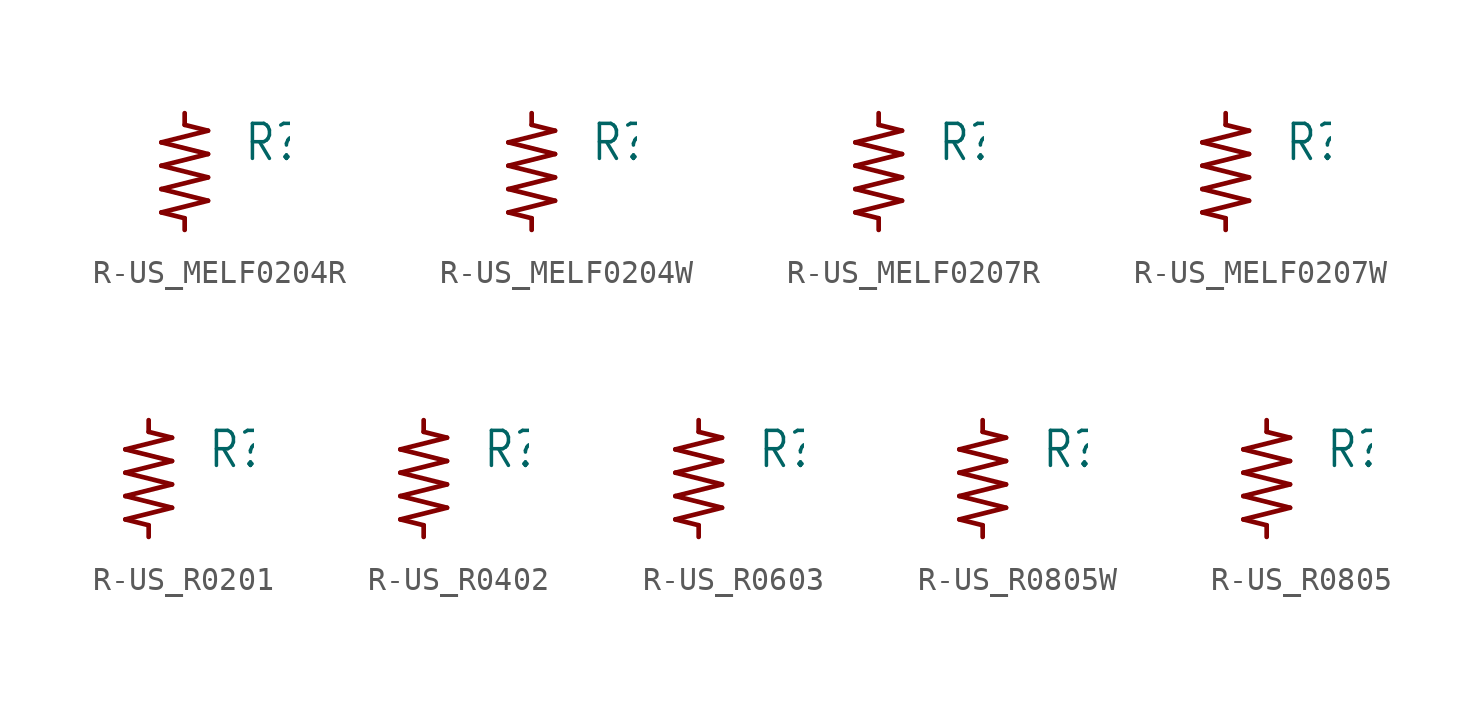
<source format=kicad_sym>
(kicad_symbol_lib
  (version 20220914)
  (generator kicad_symbol_editor)
  (symbol "R-US_MELF0204R"
    (property "Reference" "R"
      (at 2.54 1.27 0)
      (effects (font (size 1.524 1.295)) (justify left)))
    (property "Value" ""
      (at 2.54 -1.27 0)
      (effects (font (size 1.524 1.295)) (justify left)))
    (property "ki_locked" ""
      (at 0 0 0)
      (effects (font (size 1.27 1.27))))
    (symbol "R-US_MELF0204R_1_0"
      (polyline (pts (xy -1.016 -1.778) (xy 0 -2.032)) (stroke (width 0.203) (type solid)) (fill (type none)))
      (polyline (pts (xy -1.016 -0.762) (xy 1.016 -0.254)) (stroke (width 0.203) (type solid)) (fill (type none)))
      (polyline (pts (xy -1.016 0.254) (xy 1.016 0.762)) (stroke (width 0.203) (type solid)) (fill (type none)))
      (polyline (pts (xy -1.016 1.27) (xy 1.016 1.778)) (stroke (width 0.203) (type solid)) (fill (type none)))
      (polyline (pts (xy 0 -2.032) (xy 0 -2.54)) (stroke (width 0.203) (type solid)) (fill (type none)))
      (polyline (pts (xy 0 2.032) (xy 0 2.54)) (stroke (width 0.203) (type solid)) (fill (type none)))
      (polyline (pts (xy 1.016 -1.27) (xy -1.016 -1.778)) (stroke (width 0.203) (type solid)) (fill (type none)))
      (polyline (pts (xy 1.016 -1.27) (xy -1.016 -0.762)) (stroke (width 0.203) (type solid)) (fill (type none)))
      (polyline (pts (xy 1.016 -0.254) (xy -1.016 0.254)) (stroke (width 0.203) (type solid)) (fill (type none)))
      (polyline (pts (xy 1.016 0.762) (xy -1.016 1.27)) (stroke (width 0.203) (type solid)) (fill (type none)))
      (polyline (pts (xy 1.016 1.778) (xy 0 2.032)) (stroke (width 0.203) (type solid)) (fill (type none)))
      (pin passive line (at 0 -2.54 90) (length 0) (name "1" (effects (font (size 0 0)))) (number "1" (effects (font (size 0 0)))))
      (pin passive line (at 0 2.54 270) (length 0) (name "2" (effects (font (size 0 0)))) (number "2" (effects (font (size 0 0)))))))
  (symbol "R-US_MELF0204W"
    (property "Reference" "R"
      (at 2.54 1.27 0)
      (effects (font (size 1.524 1.295)) (justify left)))
    (property "Value" ""
      (at 2.54 -1.27 0)
      (effects (font (size 1.524 1.295)) (justify left)))
    (property "ki_locked" ""
      (at 0 0 0)
      (effects (font (size 1.27 1.27))))
    (symbol "R-US_MELF0204W_1_0"
      (polyline (pts (xy -1.016 -1.778) (xy 0 -2.032)) (stroke (width 0.203) (type solid)) (fill (type none)))
      (polyline (pts (xy -1.016 -0.762) (xy 1.016 -0.254)) (stroke (width 0.203) (type solid)) (fill (type none)))
      (polyline (pts (xy -1.016 0.254) (xy 1.016 0.762)) (stroke (width 0.203) (type solid)) (fill (type none)))
      (polyline (pts (xy -1.016 1.27) (xy 1.016 1.778)) (stroke (width 0.203) (type solid)) (fill (type none)))
      (polyline (pts (xy 0 -2.032) (xy 0 -2.54)) (stroke (width 0.203) (type solid)) (fill (type none)))
      (polyline (pts (xy 0 2.032) (xy 0 2.54)) (stroke (width 0.203) (type solid)) (fill (type none)))
      (polyline (pts (xy 1.016 -1.27) (xy -1.016 -1.778)) (stroke (width 0.203) (type solid)) (fill (type none)))
      (polyline (pts (xy 1.016 -1.27) (xy -1.016 -0.762)) (stroke (width 0.203) (type solid)) (fill (type none)))
      (polyline (pts (xy 1.016 -0.254) (xy -1.016 0.254)) (stroke (width 0.203) (type solid)) (fill (type none)))
      (polyline (pts (xy 1.016 0.762) (xy -1.016 1.27)) (stroke (width 0.203) (type solid)) (fill (type none)))
      (polyline (pts (xy 1.016 1.778) (xy 0 2.032)) (stroke (width 0.203) (type solid)) (fill (type none)))
      (pin passive line (at 0 -2.54 90) (length 0) (name "1" (effects (font (size 0 0)))) (number "1" (effects (font (size 0 0)))))
      (pin passive line (at 0 2.54 270) (length 0) (name "2" (effects (font (size 0 0)))) (number "2" (effects (font (size 0 0)))))))
  (symbol "R-US_MELF0207R"
    (property "Reference" "R"
      (at 2.54 1.27 0)
      (effects (font (size 1.524 1.295)) (justify left)))
    (property "Value" ""
      (at 2.54 -1.27 0)
      (effects (font (size 1.524 1.295)) (justify left)))
    (property "ki_locked" ""
      (at 0 0 0)
      (effects (font (size 1.27 1.27))))
    (symbol "R-US_MELF0207R_1_0"
      (polyline (pts (xy -1.016 -1.778) (xy 0 -2.032)) (stroke (width 0.203) (type solid)) (fill (type none)))
      (polyline (pts (xy -1.016 -0.762) (xy 1.016 -0.254)) (stroke (width 0.203) (type solid)) (fill (type none)))
      (polyline (pts (xy -1.016 0.254) (xy 1.016 0.762)) (stroke (width 0.203) (type solid)) (fill (type none)))
      (polyline (pts (xy -1.016 1.27) (xy 1.016 1.778)) (stroke (width 0.203) (type solid)) (fill (type none)))
      (polyline (pts (xy 0 -2.032) (xy 0 -2.54)) (stroke (width 0.203) (type solid)) (fill (type none)))
      (polyline (pts (xy 0 2.032) (xy 0 2.54)) (stroke (width 0.203) (type solid)) (fill (type none)))
      (polyline (pts (xy 1.016 -1.27) (xy -1.016 -1.778)) (stroke (width 0.203) (type solid)) (fill (type none)))
      (polyline (pts (xy 1.016 -1.27) (xy -1.016 -0.762)) (stroke (width 0.203) (type solid)) (fill (type none)))
      (polyline (pts (xy 1.016 -0.254) (xy -1.016 0.254)) (stroke (width 0.203) (type solid)) (fill (type none)))
      (polyline (pts (xy 1.016 0.762) (xy -1.016 1.27)) (stroke (width 0.203) (type solid)) (fill (type none)))
      (polyline (pts (xy 1.016 1.778) (xy 0 2.032)) (stroke (width 0.203) (type solid)) (fill (type none)))
      (pin passive line (at 0 -2.54 90) (length 0) (name "1" (effects (font (size 0 0)))) (number "1" (effects (font (size 0 0)))))
      (pin passive line (at 0 2.54 270) (length 0) (name "2" (effects (font (size 0 0)))) (number "2" (effects (font (size 0 0)))))))
  (symbol "R-US_MELF0207W"
    (property "Reference" "R"
      (at 2.54 1.27 0)
      (effects (font (size 1.524 1.295)) (justify left)))
    (property "Value" ""
      (at 2.54 -1.27 0)
      (effects (font (size 1.524 1.295)) (justify left)))
    (property "ki_locked" ""
      (at 0 0 0)
      (effects (font (size 1.27 1.27))))
    (symbol "R-US_MELF0207W_1_0"
      (polyline (pts (xy -1.016 -1.778) (xy 0 -2.032)) (stroke (width 0.203) (type solid)) (fill (type none)))
      (polyline (pts (xy -1.016 -0.762) (xy 1.016 -0.254)) (stroke (width 0.203) (type solid)) (fill (type none)))
      (polyline (pts (xy -1.016 0.254) (xy 1.016 0.762)) (stroke (width 0.203) (type solid)) (fill (type none)))
      (polyline (pts (xy -1.016 1.27) (xy 1.016 1.778)) (stroke (width 0.203) (type solid)) (fill (type none)))
      (polyline (pts (xy 0 -2.032) (xy 0 -2.54)) (stroke (width 0.203) (type solid)) (fill (type none)))
      (polyline (pts (xy 0 2.032) (xy 0 2.54)) (stroke (width 0.203) (type solid)) (fill (type none)))
      (polyline (pts (xy 1.016 -1.27) (xy -1.016 -1.778)) (stroke (width 0.203) (type solid)) (fill (type none)))
      (polyline (pts (xy 1.016 -1.27) (xy -1.016 -0.762)) (stroke (width 0.203) (type solid)) (fill (type none)))
      (polyline (pts (xy 1.016 -0.254) (xy -1.016 0.254)) (stroke (width 0.203) (type solid)) (fill (type none)))
      (polyline (pts (xy 1.016 0.762) (xy -1.016 1.27)) (stroke (width 0.203) (type solid)) (fill (type none)))
      (polyline (pts (xy 1.016 1.778) (xy 0 2.032)) (stroke (width 0.203) (type solid)) (fill (type none)))
      (pin passive line (at 0 -2.54 90) (length 0) (name "1" (effects (font (size 0 0)))) (number "1" (effects (font (size 0 0)))))
      (pin passive line (at 0 2.54 270) (length 0) (name "2" (effects (font (size 0 0)))) (number "2" (effects (font (size 0 0)))))))
  (symbol "R-US_R0201"
    (property "Reference" "R"
      (at 2.54 1.27 0)
      (effects (font (size 1.524 1.295)) (justify left)))
    (property "Value" ""
      (at 2.54 -1.27 0)
      (effects (font (size 1.524 1.295)) (justify left)))
    (property "ki_locked" ""
      (at 0 0 0)
      (effects (font (size 1.27 1.27))))
    (symbol "R-US_R0201_1_0"
      (polyline (pts (xy -1.016 -1.778) (xy 0 -2.032)) (stroke (width 0.203) (type solid)) (fill (type none)))
      (polyline (pts (xy -1.016 -0.762) (xy 1.016 -0.254)) (stroke (width 0.203) (type solid)) (fill (type none)))
      (polyline (pts (xy -1.016 0.254) (xy 1.016 0.762)) (stroke (width 0.203) (type solid)) (fill (type none)))
      (polyline (pts (xy -1.016 1.27) (xy 1.016 1.778)) (stroke (width 0.203) (type solid)) (fill (type none)))
      (polyline (pts (xy 0 -2.032) (xy 0 -2.54)) (stroke (width 0.203) (type solid)) (fill (type none)))
      (polyline (pts (xy 0 2.032) (xy 0 2.54)) (stroke (width 0.203) (type solid)) (fill (type none)))
      (polyline (pts (xy 1.016 -1.27) (xy -1.016 -1.778)) (stroke (width 0.203) (type solid)) (fill (type none)))
      (polyline (pts (xy 1.016 -1.27) (xy -1.016 -0.762)) (stroke (width 0.203) (type solid)) (fill (type none)))
      (polyline (pts (xy 1.016 -0.254) (xy -1.016 0.254)) (stroke (width 0.203) (type solid)) (fill (type none)))
      (polyline (pts (xy 1.016 0.762) (xy -1.016 1.27)) (stroke (width 0.203) (type solid)) (fill (type none)))
      (polyline (pts (xy 1.016 1.778) (xy 0 2.032)) (stroke (width 0.203) (type solid)) (fill (type none)))
      (pin passive line (at 0 -2.54 90) (length 0) (name "1" (effects (font (size 0 0)))) (number "1" (effects (font (size 0 0)))))
      (pin passive line (at 0 2.54 270) (length 0) (name "2" (effects (font (size 0 0)))) (number "2" (effects (font (size 0 0)))))))
  (symbol "R-US_R0402"
    (property "Reference" "R"
      (at 2.54 1.27 0)
      (effects (font (size 1.524 1.295)) (justify left)))
    (property "Value" ""
      (at 2.54 -1.27 0)
      (effects (font (size 1.524 1.295)) (justify left)))
    (property "ki_locked" ""
      (at 0 0 0)
      (effects (font (size 1.27 1.27))))
    (symbol "R-US_R0402_1_0"
      (polyline (pts (xy -1.016 -1.778) (xy 0 -2.032)) (stroke (width 0.203) (type solid)) (fill (type none)))
      (polyline (pts (xy -1.016 -0.762) (xy 1.016 -0.254)) (stroke (width 0.203) (type solid)) (fill (type none)))
      (polyline (pts (xy -1.016 0.254) (xy 1.016 0.762)) (stroke (width 0.203) (type solid)) (fill (type none)))
      (polyline (pts (xy -1.016 1.27) (xy 1.016 1.778)) (stroke (width 0.203) (type solid)) (fill (type none)))
      (polyline (pts (xy 0 -2.032) (xy 0 -2.54)) (stroke (width 0.203) (type solid)) (fill (type none)))
      (polyline (pts (xy 0 2.032) (xy 0 2.54)) (stroke (width 0.203) (type solid)) (fill (type none)))
      (polyline (pts (xy 1.016 -1.27) (xy -1.016 -1.778)) (stroke (width 0.203) (type solid)) (fill (type none)))
      (polyline (pts (xy 1.016 -1.27) (xy -1.016 -0.762)) (stroke (width 0.203) (type solid)) (fill (type none)))
      (polyline (pts (xy 1.016 -0.254) (xy -1.016 0.254)) (stroke (width 0.203) (type solid)) (fill (type none)))
      (polyline (pts (xy 1.016 0.762) (xy -1.016 1.27)) (stroke (width 0.203) (type solid)) (fill (type none)))
      (polyline (pts (xy 1.016 1.778) (xy 0 2.032)) (stroke (width 0.203) (type solid)) (fill (type none)))
      (pin passive line (at 0 -2.54 90) (length 0) (name "1" (effects (font (size 0 0)))) (number "1" (effects (font (size 0 0)))))
      (pin passive line (at 0 2.54 270) (length 0) (name "2" (effects (font (size 0 0)))) (number "2" (effects (font (size 0 0)))))))
  (symbol "R-US_R0603"
    (property "Reference" "R"
      (at 2.54 1.27 0)
      (effects (font (size 1.524 1.295)) (justify left)))
    (property "Value" ""
      (at 2.54 -1.27 0)
      (effects (font (size 1.524 1.295)) (justify left)))
    (property "ki_locked" ""
      (at 0 0 0)
      (effects (font (size 1.27 1.27))))
    (symbol "R-US_R0603_1_0"
      (polyline (pts (xy -1.016 -1.778) (xy 0 -2.032)) (stroke (width 0.203) (type solid)) (fill (type none)))
      (polyline (pts (xy -1.016 -0.762) (xy 1.016 -0.254)) (stroke (width 0.203) (type solid)) (fill (type none)))
      (polyline (pts (xy -1.016 0.254) (xy 1.016 0.762)) (stroke (width 0.203) (type solid)) (fill (type none)))
      (polyline (pts (xy -1.016 1.27) (xy 1.016 1.778)) (stroke (width 0.203) (type solid)) (fill (type none)))
      (polyline (pts (xy 0 -2.032) (xy 0 -2.54)) (stroke (width 0.203) (type solid)) (fill (type none)))
      (polyline (pts (xy 0 2.032) (xy 0 2.54)) (stroke (width 0.203) (type solid)) (fill (type none)))
      (polyline (pts (xy 1.016 -1.27) (xy -1.016 -1.778)) (stroke (width 0.203) (type solid)) (fill (type none)))
      (polyline (pts (xy 1.016 -1.27) (xy -1.016 -0.762)) (stroke (width 0.203) (type solid)) (fill (type none)))
      (polyline (pts (xy 1.016 -0.254) (xy -1.016 0.254)) (stroke (width 0.203) (type solid)) (fill (type none)))
      (polyline (pts (xy 1.016 0.762) (xy -1.016 1.27)) (stroke (width 0.203) (type solid)) (fill (type none)))
      (polyline (pts (xy 1.016 1.778) (xy 0 2.032)) (stroke (width 0.203) (type solid)) (fill (type none)))
      (pin passive line (at 0 -2.54 90) (length 0) (name "1" (effects (font (size 0 0)))) (number "1" (effects (font (size 0 0)))))
      (pin passive line (at 0 2.54 270) (length 0) (name "2" (effects (font (size 0 0)))) (number "2" (effects (font (size 0 0)))))))
  (symbol "R-US_R0805W"
    (property "Reference" "R"
      (at 2.54 1.27 0)
      (effects (font (size 1.524 1.295)) (justify left)))
    (property "Value" ""
      (at 2.54 -1.27 0)
      (effects (font (size 1.524 1.295)) (justify left)))
    (property "ki_locked" ""
      (at 0 0 0)
      (effects (font (size 1.27 1.27))))
    (symbol "R-US_R0805W_1_0"
      (polyline (pts (xy -1.016 -1.778) (xy 0 -2.032)) (stroke (width 0.203) (type solid)) (fill (type none)))
      (polyline (pts (xy -1.016 -0.762) (xy 1.016 -0.254)) (stroke (width 0.203) (type solid)) (fill (type none)))
      (polyline (pts (xy -1.016 0.254) (xy 1.016 0.762)) (stroke (width 0.203) (type solid)) (fill (type none)))
      (polyline (pts (xy -1.016 1.27) (xy 1.016 1.778)) (stroke (width 0.203) (type solid)) (fill (type none)))
      (polyline (pts (xy 0 -2.032) (xy 0 -2.54)) (stroke (width 0.203) (type solid)) (fill (type none)))
      (polyline (pts (xy 0 2.032) (xy 0 2.54)) (stroke (width 0.203) (type solid)) (fill (type none)))
      (polyline (pts (xy 1.016 -1.27) (xy -1.016 -1.778)) (stroke (width 0.203) (type solid)) (fill (type none)))
      (polyline (pts (xy 1.016 -1.27) (xy -1.016 -0.762)) (stroke (width 0.203) (type solid)) (fill (type none)))
      (polyline (pts (xy 1.016 -0.254) (xy -1.016 0.254)) (stroke (width 0.203) (type solid)) (fill (type none)))
      (polyline (pts (xy 1.016 0.762) (xy -1.016 1.27)) (stroke (width 0.203) (type solid)) (fill (type none)))
      (polyline (pts (xy 1.016 1.778) (xy 0 2.032)) (stroke (width 0.203) (type solid)) (fill (type none)))
      (pin passive line (at 0 -2.54 90) (length 0) (name "1" (effects (font (size 0 0)))) (number "1" (effects (font (size 0 0)))))
      (pin passive line (at 0 2.54 270) (length 0) (name "2" (effects (font (size 0 0)))) (number "2" (effects (font (size 0 0)))))))
  (symbol "R-US_R0805"
    (property "Reference" "R"
      (at 2.54 1.27 0)
      (effects (font (size 1.524 1.295)) (justify left)))
    (property "Value" ""
      (at 2.54 -1.27 0)
      (effects (font (size 1.524 1.295)) (justify left)))
    (property "ki_locked" ""
      (at 0 0 0)
      (effects (font (size 1.27 1.27))))
    (symbol "R-US_R0805_1_0"
      (polyline (pts (xy -1.016 -1.778) (xy 0 -2.032)) (stroke (width 0.203) (type solid)) (fill (type none)))
      (polyline (pts (xy -1.016 -0.762) (xy 1.016 -0.254)) (stroke (width 0.203) (type solid)) (fill (type none)))
      (polyline (pts (xy -1.016 0.254) (xy 1.016 0.762)) (stroke (width 0.203) (type solid)) (fill (type none)))
      (polyline (pts (xy -1.016 1.27) (xy 1.016 1.778)) (stroke (width 0.203) (type solid)) (fill (type none)))
      (polyline (pts (xy 0 -2.032) (xy 0 -2.54)) (stroke (width 0.203) (type solid)) (fill (type none)))
      (polyline (pts (xy 0 2.032) (xy 0 2.54)) (stroke (width 0.203) (type solid)) (fill (type none)))
      (polyline (pts (xy 1.016 -1.27) (xy -1.016 -1.778)) (stroke (width 0.203) (type solid)) (fill (type none)))
      (polyline (pts (xy 1.016 -1.27) (xy -1.016 -0.762)) (stroke (width 0.203) (type solid)) (fill (type none)))
      (polyline (pts (xy 1.016 -0.254) (xy -1.016 0.254)) (stroke (width 0.203) (type solid)) (fill (type none)))
      (polyline (pts (xy 1.016 0.762) (xy -1.016 1.27)) (stroke (width 0.203) (type solid)) (fill (type none)))
      (polyline (pts (xy 1.016 1.778) (xy 0 2.032)) (stroke (width 0.203) (type solid)) (fill (type none)))
      (pin passive line (at 0 -2.54 90) (length 0) (name "1" (effects (font (size 0 0)))) (number "1" (effects (font (size 0 0)))))
      (pin passive line (at 0 2.54 270) (length 0) (name "2" (effects (font (size 0 0)))) (number "2" (effects (font (size 0 0))))))))
</source>
